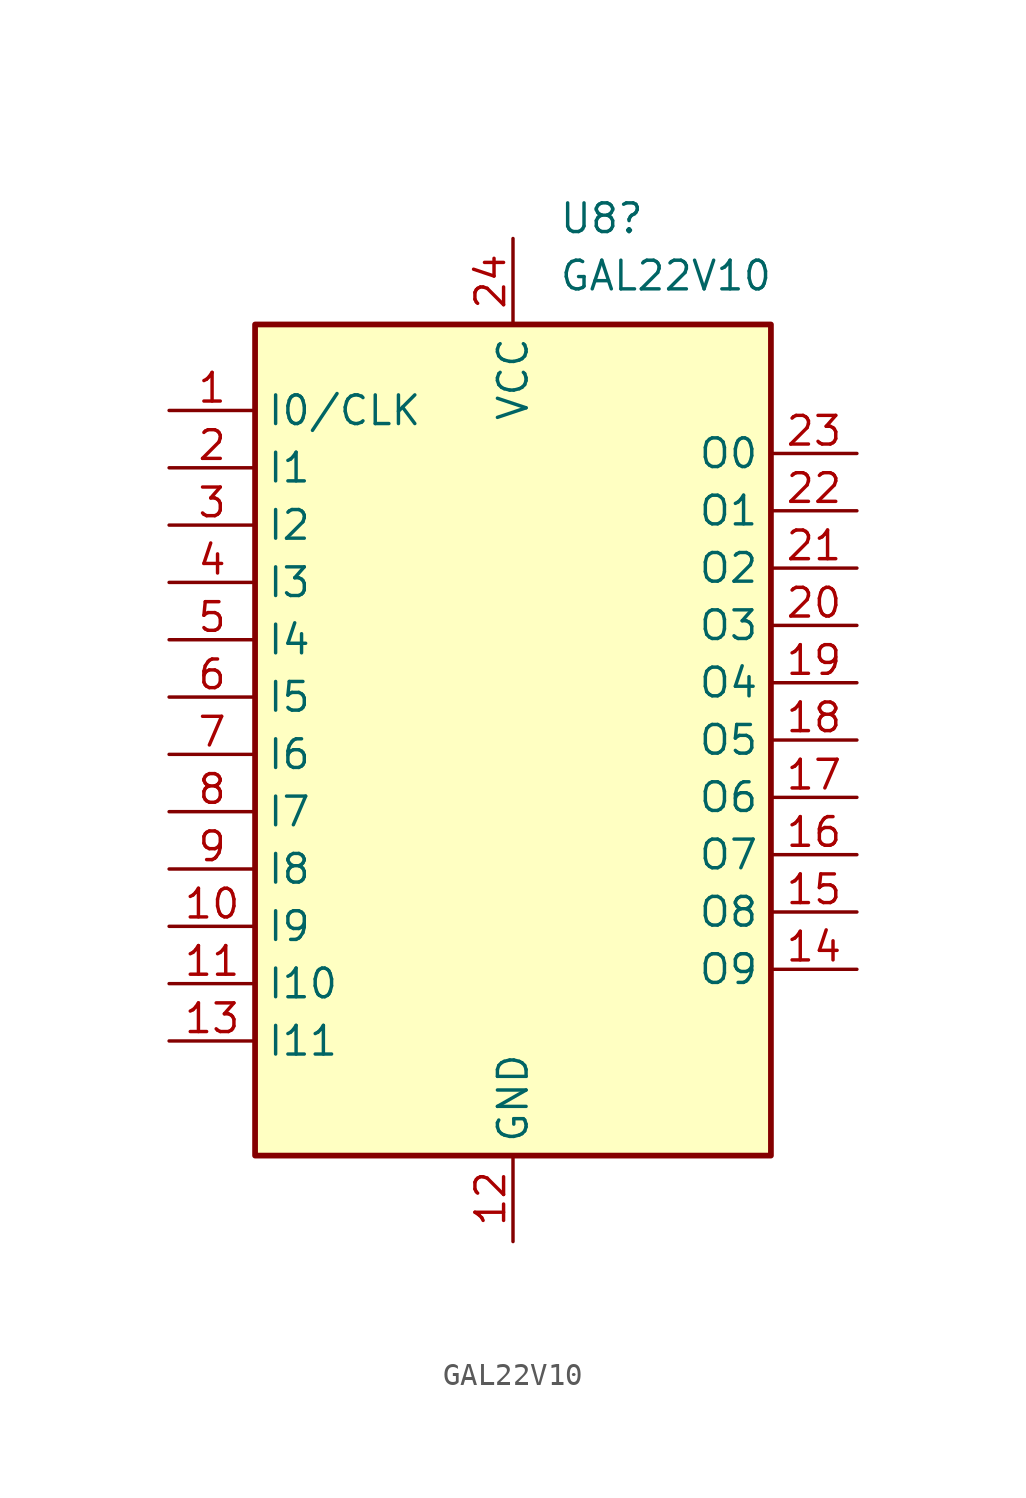
<source format=kicad_sym>
(kicad_symbol_lib
  (version 20211014)
  (generator kicad_symbol_editor)
  (symbol "GAL22V10"
    (property "Reference" "U8"
      (at 2.654 21.844 0)
      (effects (font (size 1.27 1.27)) (justify left)))
    (property "Value" "GAL22V10"
      (at 2.654 19.304 0)
      (effects (font (size 1.27 1.27)) (justify left)))
    (symbol "GAL22V10_0_1"
      (rectangle (start -10.795 17.145) (end 12.065 -19.685) (stroke (width 0.254) (type default) (color 0 0 0 0)) (fill (type background))))
    (symbol "GAL22V10_1_1"
      (pin passive line (at -14.605 13.335 0) (length 3.81) (name "I0/CLK" (effects (font (size 1.27 1.27)))) (number "1" (effects (font (size 1.27 1.27)))))
      (pin passive line (at -14.605 -9.525 0) (length 3.81) (name "I9" (effects (font (size 1.27 1.27)))) (number "10" (effects (font (size 1.27 1.27)))))
      (pin passive line (at -14.605 -12.065 0) (length 3.81) (name "I10" (effects (font (size 1.27 1.27)))) (number "11" (effects (font (size 1.27 1.27)))))
      (pin passive line (at 0.635 -23.495 90) (length 3.81) (name "GND" (effects (font (size 1.27 1.27)))) (number "12" (effects (font (size 1.27 1.27)))))
      (pin passive line (at -14.605 -14.605 0) (length 3.81) (name "I11" (effects (font (size 1.27 1.27)))) (number "13" (effects (font (size 1.27 1.27)))))
      (pin passive line (at 15.875 -11.43 180) (length 3.81) (name "O9" (effects (font (size 1.27 1.27)))) (number "14" (effects (font (size 1.27 1.27)))))
      (pin passive line (at 15.875 -8.89 180) (length 3.81) (name "O8" (effects (font (size 1.27 1.27)))) (number "15" (effects (font (size 1.27 1.27)))))
      (pin passive line (at 15.875 -6.35 180) (length 3.81) (name "O7" (effects (font (size 1.27 1.27)))) (number "16" (effects (font (size 1.27 1.27)))))
      (pin passive line (at 15.875 -3.81 180) (length 3.81) (name "O6" (effects (font (size 1.27 1.27)))) (number "17" (effects (font (size 1.27 1.27)))))
      (pin passive line (at 15.875 -1.27 180) (length 3.81) (name "O5" (effects (font (size 1.27 1.27)))) (number "18" (effects (font (size 1.27 1.27)))))
      (pin passive line (at 15.875 1.27 180) (length 3.81) (name "O4" (effects (font (size 1.27 1.27)))) (number "19" (effects (font (size 1.27 1.27)))))
      (pin passive line (at -14.605 10.795 0) (length 3.81) (name "I1" (effects (font (size 1.27 1.27)))) (number "2" (effects (font (size 1.27 1.27)))))
      (pin passive line (at 15.875 3.81 180) (length 3.81) (name "O3" (effects (font (size 1.27 1.27)))) (number "20" (effects (font (size 1.27 1.27)))))
      (pin passive line (at 15.875 6.35 180) (length 3.81) (name "O2" (effects (font (size 1.27 1.27)))) (number "21" (effects (font (size 1.27 1.27)))))
      (pin passive line (at 15.875 8.89 180) (length 3.81) (name "O1" (effects (font (size 1.27 1.27)))) (number "22" (effects (font (size 1.27 1.27)))))
      (pin passive line (at 15.875 11.43 180) (length 3.81) (name "O0" (effects (font (size 1.27 1.27)))) (number "23" (effects (font (size 1.27 1.27)))))
      (pin passive line (at 0.635 20.955 270) (length 3.81) (name "VCC" (effects (font (size 1.27 1.27)))) (number "24" (effects (font (size 1.27 1.27)))))
      (pin passive line (at -14.605 8.255 0) (length 3.81) (name "I2" (effects (font (size 1.27 1.27)))) (number "3" (effects (font (size 1.27 1.27)))))
      (pin passive line (at -14.605 5.715 0) (length 3.81) (name "I3" (effects (font (size 1.27 1.27)))) (number "4" (effects (font (size 1.27 1.27)))))
      (pin passive line (at -14.605 3.175 0) (length 3.81) (name "I4" (effects (font (size 1.27 1.27)))) (number "5" (effects (font (size 1.27 1.27)))))
      (pin passive line (at -14.605 0.635 0) (length 3.81) (name "I5" (effects (font (size 1.27 1.27)))) (number "6" (effects (font (size 1.27 1.27)))))
      (pin passive line (at -14.605 -1.905 0) (length 3.81) (name "I6" (effects (font (size 1.27 1.27)))) (number "7" (effects (font (size 1.27 1.27)))))
      (pin passive line (at -14.605 -4.445 0) (length 3.81) (name "I7" (effects (font (size 1.27 1.27)))) (number "8" (effects (font (size 1.27 1.27)))))
      (pin passive line (at -14.605 -6.985 0) (length 3.81) (name "I8" (effects (font (size 1.27 1.27)))) (number "9" (effects (font (size 1.27 1.27))))))))
</source>
